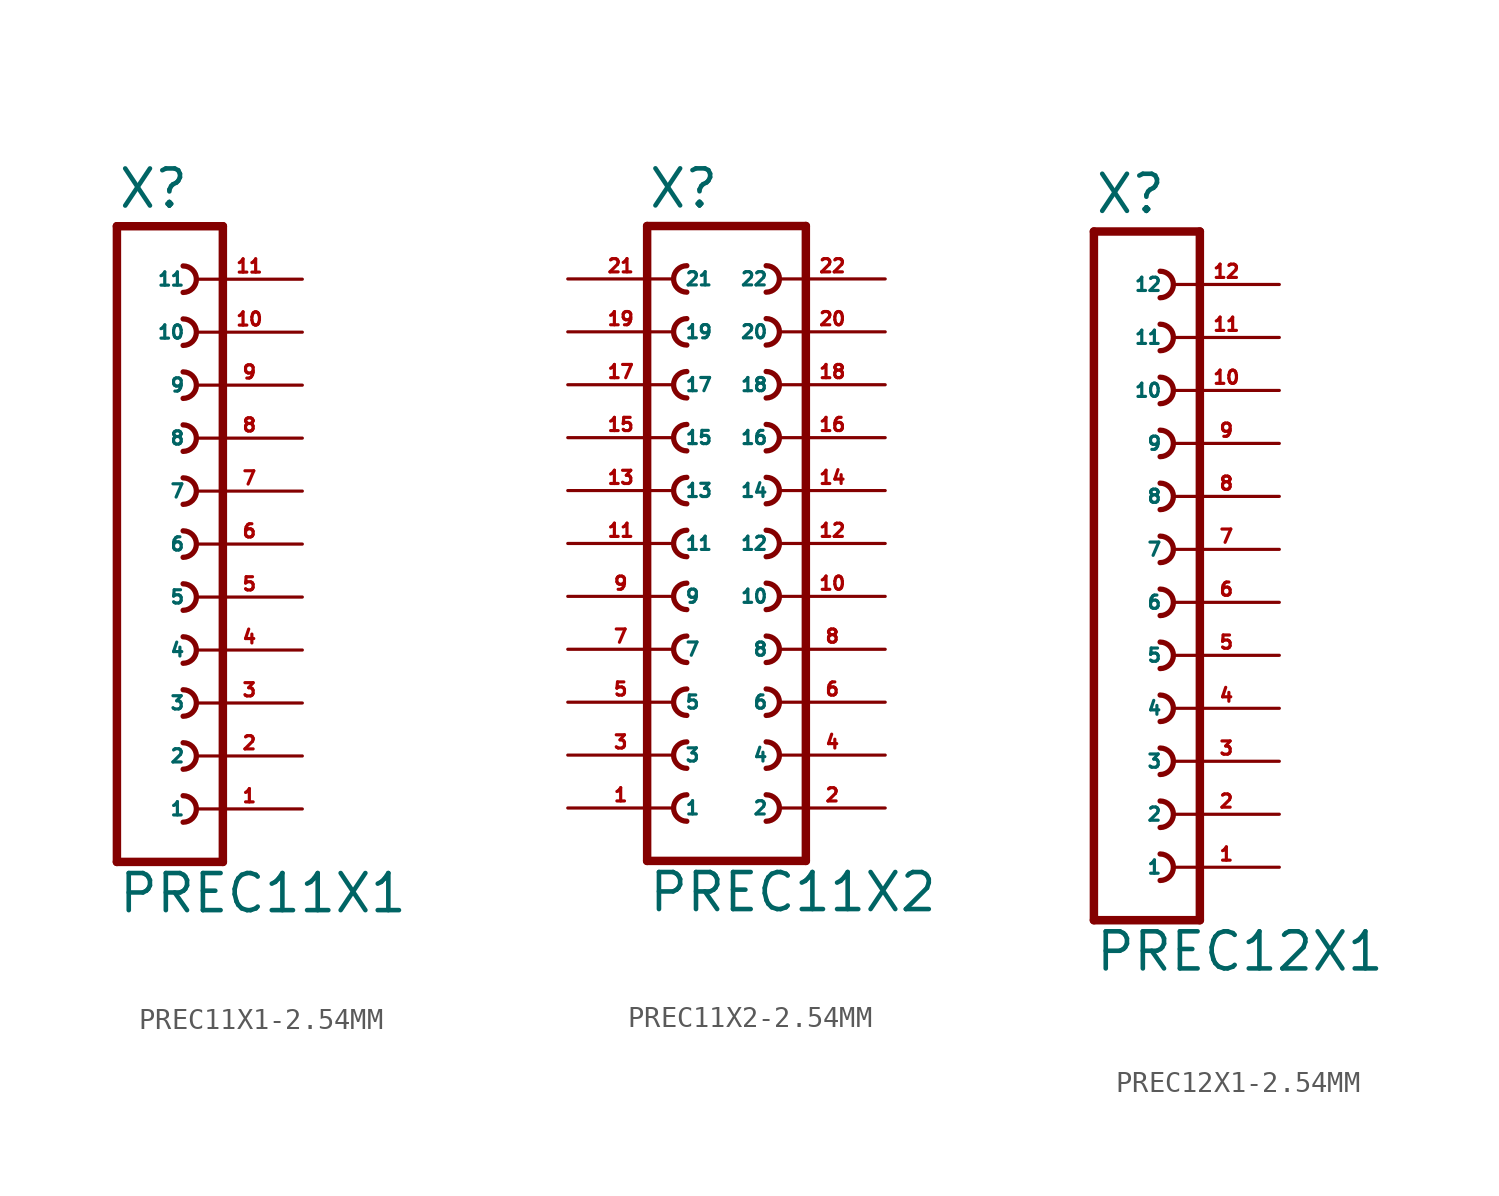
<source format=kicad_sym>
(kicad_symbol_lib
  (version 20220914)
  (generator Eagle2Kicad)
  (symbol "PREC11X1-2.54MM"
    (property "Reference" "X"
      (at -1.27 16.002 0)
      (effects (font (size 1.778 1.778) (thickness 0.22)) (justify left bottom)))
    (property "Value" "PREC11X1"
      (at -1.27 -17.78 0)
      (effects (font (size 1.778 1.778) (thickness 0.22)) (justify left bottom)))
    (polyline
      (pts (xy 3.81 -15.24) (xy -1.27 -15.24))
      (stroke (width 0.406) (type default))
      (fill (type none)))
    (arc
      (start 1.905 -10.795)
      (mid 2.540 -10.160)
      (end 1.905 -9.525)
      (stroke (width 0.254) (type default))
      (fill (type none)))
    (arc
      (start 1.905 -13.335)
      (mid 2.540 -12.700)
      (end 1.905 -12.065)
      (stroke (width 0.254) (type default))
      (fill (type none)))
    (arc
      (start 1.905 -5.715)
      (mid 2.540 -5.080)
      (end 1.905 -4.445)
      (stroke (width 0.254) (type default))
      (fill (type none)))
    (arc
      (start 1.905 -8.255)
      (mid 2.540 -7.620)
      (end 1.905 -6.985)
      (stroke (width 0.254) (type default))
      (fill (type none)))
    (arc
      (start 1.905 1.905)
      (mid 2.540 2.540)
      (end 1.905 3.175)
      (stroke (width 0.254) (type default))
      (fill (type none)))
    (arc
      (start 1.905 -0.635)
      (mid 2.540 0.000)
      (end 1.905 0.635)
      (stroke (width 0.254) (type default))
      (fill (type none)))
    (arc
      (start 1.905 -3.175)
      (mid 2.540 -2.540)
      (end 1.905 -1.905)
      (stroke (width 0.254) (type default))
      (fill (type none)))
    (arc
      (start 1.905 6.985)
      (mid 2.540 7.620)
      (end 1.905 8.255)
      (stroke (width 0.254) (type default))
      (fill (type none)))
    (arc
      (start 1.905 4.445)
      (mid 2.540 5.080)
      (end 1.905 5.715)
      (stroke (width 0.254) (type default))
      (fill (type none)))
    (arc
      (start 1.905 12.065)
      (mid 2.540 12.700)
      (end 1.905 13.335)
      (stroke (width 0.254) (type default))
      (fill (type none)))
    (arc
      (start 1.905 9.525)
      (mid 2.540 10.160)
      (end 1.905 10.795)
      (stroke (width 0.254) (type default))
      (fill (type none)))
    (polyline
      (pts (xy -1.27 15.24) (xy -1.27 -15.24))
      (stroke (width 0.406) (type default))
      (fill (type none)))
    (polyline
      (pts (xy 3.81 -15.24) (xy 3.81 15.24))
      (stroke (width 0.406) (type default))
      (fill (type none)))
    (polyline
      (pts (xy -1.27 15.24) (xy 3.81 15.24))
      (stroke (width 0.406) (type default))
      (fill (type none)))
    (pin passive line
      (at 7.62 -12.7 180)
      (length 5.08)
      (name "1" (effects (font (size 0.635 0.635) (thickness 0.08)) (justify left bottom)))
      (number "1" (effects (font (size 0.635 0.635) (thickness 0.08)) (justify left bottom))))
    (pin passive line
      (at 7.62 -10.16 180)
      (length 5.08)
      (name "2" (effects (font (size 0.635 0.635) (thickness 0.08)) (justify left bottom)))
      (number "2" (effects (font (size 0.635 0.635) (thickness 0.08)) (justify left bottom))))
    (pin passive line
      (at 7.62 -7.62 180)
      (length 5.08)
      (name "3" (effects (font (size 0.635 0.635) (thickness 0.08)) (justify left bottom)))
      (number "3" (effects (font (size 0.635 0.635) (thickness 0.08)) (justify left bottom))))
    (pin passive line
      (at 7.62 -5.08 180)
      (length 5.08)
      (name "4" (effects (font (size 0.635 0.635) (thickness 0.08)) (justify left bottom)))
      (number "4" (effects (font (size 0.635 0.635) (thickness 0.08)) (justify left bottom))))
    (pin passive line
      (at 7.62 -2.54 180)
      (length 5.08)
      (name "5" (effects (font (size 0.635 0.635) (thickness 0.08)) (justify left bottom)))
      (number "5" (effects (font (size 0.635 0.635) (thickness 0.08)) (justify left bottom))))
    (pin passive line
      (at 7.62 0 180)
      (length 5.08)
      (name "6" (effects (font (size 0.635 0.635) (thickness 0.08)) (justify left bottom)))
      (number "6" (effects (font (size 0.635 0.635) (thickness 0.08)) (justify left bottom))))
    (pin passive line
      (at 7.62 2.54 180)
      (length 5.08)
      (name "7" (effects (font (size 0.635 0.635) (thickness 0.08)) (justify left bottom)))
      (number "7" (effects (font (size 0.635 0.635) (thickness 0.08)) (justify left bottom))))
    (pin passive line
      (at 7.62 5.08 180)
      (length 5.08)
      (name "8" (effects (font (size 0.635 0.635) (thickness 0.08)) (justify left bottom)))
      (number "8" (effects (font (size 0.635 0.635) (thickness 0.08)) (justify left bottom))))
    (pin passive line
      (at 7.62 7.62 180)
      (length 5.08)
      (name "9" (effects (font (size 0.635 0.635) (thickness 0.08)) (justify left bottom)))
      (number "9" (effects (font (size 0.635 0.635) (thickness 0.08)) (justify left bottom))))
    (pin passive line
      (at 7.62 10.16 180)
      (length 5.08)
      (name "10" (effects (font (size 0.635 0.635) (thickness 0.08)) (justify left bottom)))
      (number "10" (effects (font (size 0.635 0.635) (thickness 0.08)) (justify left bottom))))
    (pin passive line
      (at 7.62 12.7 180)
      (length 5.08)
      (name "11" (effects (font (size 0.635 0.635) (thickness 0.08)) (justify left bottom)))
      (number "11" (effects (font (size 0.635 0.635) (thickness 0.08)) (justify left bottom)))))
  (symbol "PREC11X2-2.54MM"
    (property "Reference" "X"
      (at -3.81 16.002 0)
      (effects (font (size 1.778 1.778) (thickness 0.22)) (justify left bottom)))
    (property "Value" "PREC11X2"
      (at -3.81 -17.78 0)
      (effects (font (size 1.778 1.778) (thickness 0.22)) (justify left bottom)))
    (polyline
      (pts (xy 3.81 -15.24) (xy -3.81 -15.24))
      (stroke (width 0.406) (type default))
      (fill (type none)))
    (arc
      (start -1.905 -9.525)
      (mid -2.540 -10.160)
      (end -1.905 -10.795)
      (stroke (width 0.254) (type default))
      (fill (type none)))
    (arc
      (start -1.905 -12.065)
      (mid -2.540 -12.700)
      (end -1.905 -13.335)
      (stroke (width 0.254) (type default))
      (fill (type none)))
    (arc
      (start 1.905 -10.795)
      (mid 2.540 -10.160)
      (end 1.905 -9.525)
      (stroke (width 0.254) (type default))
      (fill (type none)))
    (arc
      (start 1.905 -13.335)
      (mid 2.540 -12.700)
      (end 1.905 -12.065)
      (stroke (width 0.254) (type default))
      (fill (type none)))
    (arc
      (start -1.905 -4.445)
      (mid -2.540 -5.080)
      (end -1.905 -5.715)
      (stroke (width 0.254) (type default))
      (fill (type none)))
    (arc
      (start -1.905 -6.985)
      (mid -2.540 -7.620)
      (end -1.905 -8.255)
      (stroke (width 0.254) (type default))
      (fill (type none)))
    (arc
      (start 1.905 -5.715)
      (mid 2.540 -5.080)
      (end 1.905 -4.445)
      (stroke (width 0.254) (type default))
      (fill (type none)))
    (arc
      (start 1.905 -8.255)
      (mid 2.540 -7.620)
      (end 1.905 -6.985)
      (stroke (width 0.254) (type default))
      (fill (type none)))
    (arc
      (start -1.905 3.175)
      (mid -2.540 2.540)
      (end -1.905 1.905)
      (stroke (width 0.254) (type default))
      (fill (type none)))
    (arc
      (start -1.905 0.635)
      (mid -2.540 0.000)
      (end -1.905 -0.635)
      (stroke (width 0.254) (type default))
      (fill (type none)))
    (arc
      (start -1.905 -1.905)
      (mid -2.540 -2.540)
      (end -1.905 -3.175)
      (stroke (width 0.254) (type default))
      (fill (type none)))
    (arc
      (start 1.905 1.905)
      (mid 2.540 2.540)
      (end 1.905 3.175)
      (stroke (width 0.254) (type default))
      (fill (type none)))
    (arc
      (start 1.905 -0.635)
      (mid 2.540 0.000)
      (end 1.905 0.635)
      (stroke (width 0.254) (type default))
      (fill (type none)))
    (arc
      (start 1.905 -3.175)
      (mid 2.540 -2.540)
      (end 1.905 -1.905)
      (stroke (width 0.254) (type default))
      (fill (type none)))
    (arc
      (start -1.905 8.255)
      (mid -2.540 7.620)
      (end -1.905 6.985)
      (stroke (width 0.254) (type default))
      (fill (type none)))
    (arc
      (start -1.905 5.715)
      (mid -2.540 5.080)
      (end -1.905 4.445)
      (stroke (width 0.254) (type default))
      (fill (type none)))
    (arc
      (start 1.905 6.985)
      (mid 2.540 7.620)
      (end 1.905 8.255)
      (stroke (width 0.254) (type default))
      (fill (type none)))
    (arc
      (start 1.905 4.445)
      (mid 2.540 5.080)
      (end 1.905 5.715)
      (stroke (width 0.254) (type default))
      (fill (type none)))
    (arc
      (start -1.905 13.335)
      (mid -2.540 12.700)
      (end -1.905 12.065)
      (stroke (width 0.254) (type default))
      (fill (type none)))
    (arc
      (start -1.905 10.795)
      (mid -2.540 10.160)
      (end -1.905 9.525)
      (stroke (width 0.254) (type default))
      (fill (type none)))
    (arc
      (start 1.905 12.065)
      (mid 2.540 12.700)
      (end 1.905 13.335)
      (stroke (width 0.254) (type default))
      (fill (type none)))
    (arc
      (start 1.905 9.525)
      (mid 2.540 10.160)
      (end 1.905 10.795)
      (stroke (width 0.254) (type default))
      (fill (type none)))
    (polyline
      (pts (xy -3.81 15.24) (xy -3.81 -15.24))
      (stroke (width 0.406) (type default))
      (fill (type none)))
    (polyline
      (pts (xy 3.81 -15.24) (xy 3.81 15.24))
      (stroke (width 0.406) (type default))
      (fill (type none)))
    (polyline
      (pts (xy -3.81 15.24) (xy 3.81 15.24))
      (stroke (width 0.406) (type default))
      (fill (type none)))
    (pin passive line
      (at -7.62 -12.7 0)
      (length 5.08)
      (name "1" (effects (font (size 0.635 0.635) (thickness 0.08)) (justify left bottom)))
      (number "1" (effects (font (size 0.635 0.635) (thickness 0.08)) (justify left bottom))))
    (pin passive line
      (at 7.62 -12.7 180)
      (length 5.08)
      (name "2" (effects (font (size 0.635 0.635) (thickness 0.08)) (justify left bottom)))
      (number "2" (effects (font (size 0.635 0.635) (thickness 0.08)) (justify left bottom))))
    (pin passive line
      (at -7.62 -10.16 0)
      (length 5.08)
      (name "3" (effects (font (size 0.635 0.635) (thickness 0.08)) (justify left bottom)))
      (number "3" (effects (font (size 0.635 0.635) (thickness 0.08)) (justify left bottom))))
    (pin passive line
      (at 7.62 -10.16 180)
      (length 5.08)
      (name "4" (effects (font (size 0.635 0.635) (thickness 0.08)) (justify left bottom)))
      (number "4" (effects (font (size 0.635 0.635) (thickness 0.08)) (justify left bottom))))
    (pin passive line
      (at -7.62 -7.62 0)
      (length 5.08)
      (name "5" (effects (font (size 0.635 0.635) (thickness 0.08)) (justify left bottom)))
      (number "5" (effects (font (size 0.635 0.635) (thickness 0.08)) (justify left bottom))))
    (pin passive line
      (at 7.62 -7.62 180)
      (length 5.08)
      (name "6" (effects (font (size 0.635 0.635) (thickness 0.08)) (justify left bottom)))
      (number "6" (effects (font (size 0.635 0.635) (thickness 0.08)) (justify left bottom))))
    (pin passive line
      (at -7.62 -5.08 0)
      (length 5.08)
      (name "7" (effects (font (size 0.635 0.635) (thickness 0.08)) (justify left bottom)))
      (number "7" (effects (font (size 0.635 0.635) (thickness 0.08)) (justify left bottom))))
    (pin passive line
      (at 7.62 -5.08 180)
      (length 5.08)
      (name "8" (effects (font (size 0.635 0.635) (thickness 0.08)) (justify left bottom)))
      (number "8" (effects (font (size 0.635 0.635) (thickness 0.08)) (justify left bottom))))
    (pin passive line
      (at -7.62 -2.54 0)
      (length 5.08)
      (name "9" (effects (font (size 0.635 0.635) (thickness 0.08)) (justify left bottom)))
      (number "9" (effects (font (size 0.635 0.635) (thickness 0.08)) (justify left bottom))))
    (pin passive line
      (at 7.62 -2.54 180)
      (length 5.08)
      (name "10" (effects (font (size 0.635 0.635) (thickness 0.08)) (justify left bottom)))
      (number "10" (effects (font (size 0.635 0.635) (thickness 0.08)) (justify left bottom))))
    (pin passive line
      (at -7.62 0 0)
      (length 5.08)
      (name "11" (effects (font (size 0.635 0.635) (thickness 0.08)) (justify left bottom)))
      (number "11" (effects (font (size 0.635 0.635) (thickness 0.08)) (justify left bottom))))
    (pin passive line
      (at 7.62 0 180)
      (length 5.08)
      (name "12" (effects (font (size 0.635 0.635) (thickness 0.08)) (justify left bottom)))
      (number "12" (effects (font (size 0.635 0.635) (thickness 0.08)) (justify left bottom))))
    (pin passive line
      (at -7.62 2.54 0)
      (length 5.08)
      (name "13" (effects (font (size 0.635 0.635) (thickness 0.08)) (justify left bottom)))
      (number "13" (effects (font (size 0.635 0.635) (thickness 0.08)) (justify left bottom))))
    (pin passive line
      (at 7.62 2.54 180)
      (length 5.08)
      (name "14" (effects (font (size 0.635 0.635) (thickness 0.08)) (justify left bottom)))
      (number "14" (effects (font (size 0.635 0.635) (thickness 0.08)) (justify left bottom))))
    (pin passive line
      (at -7.62 5.08 0)
      (length 5.08)
      (name "15" (effects (font (size 0.635 0.635) (thickness 0.08)) (justify left bottom)))
      (number "15" (effects (font (size 0.635 0.635) (thickness 0.08)) (justify left bottom))))
    (pin passive line
      (at 7.62 5.08 180)
      (length 5.08)
      (name "16" (effects (font (size 0.635 0.635) (thickness 0.08)) (justify left bottom)))
      (number "16" (effects (font (size 0.635 0.635) (thickness 0.08)) (justify left bottom))))
    (pin passive line
      (at -7.62 7.62 0)
      (length 5.08)
      (name "17" (effects (font (size 0.635 0.635) (thickness 0.08)) (justify left bottom)))
      (number "17" (effects (font (size 0.635 0.635) (thickness 0.08)) (justify left bottom))))
    (pin passive line
      (at 7.62 7.62 180)
      (length 5.08)
      (name "18" (effects (font (size 0.635 0.635) (thickness 0.08)) (justify left bottom)))
      (number "18" (effects (font (size 0.635 0.635) (thickness 0.08)) (justify left bottom))))
    (pin passive line
      (at -7.62 10.16 0)
      (length 5.08)
      (name "19" (effects (font (size 0.635 0.635) (thickness 0.08)) (justify left bottom)))
      (number "19" (effects (font (size 0.635 0.635) (thickness 0.08)) (justify left bottom))))
    (pin passive line
      (at 7.62 10.16 180)
      (length 5.08)
      (name "20" (effects (font (size 0.635 0.635) (thickness 0.08)) (justify left bottom)))
      (number "20" (effects (font (size 0.635 0.635) (thickness 0.08)) (justify left bottom))))
    (pin passive line
      (at -7.62 12.7 0)
      (length 5.08)
      (name "21" (effects (font (size 0.635 0.635) (thickness 0.08)) (justify left bottom)))
      (number "21" (effects (font (size 0.635 0.635) (thickness 0.08)) (justify left bottom))))
    (pin passive line
      (at 7.62 12.7 180)
      (length 5.08)
      (name "22" (effects (font (size 0.635 0.635) (thickness 0.08)) (justify left bottom)))
      (number "22" (effects (font (size 0.635 0.635) (thickness 0.08)) (justify left bottom)))))
  (symbol "PREC12X1-2.54MM"
    (property "Reference" "X"
      (at -1.27 18.542 0)
      (effects (font (size 1.778 1.778) (thickness 0.22)) (justify left bottom)))
    (property "Value" "PREC12X1"
      (at -1.27 -17.78 0)
      (effects (font (size 1.778 1.778) (thickness 0.22)) (justify left bottom)))
    (polyline
      (pts (xy 3.81 -15.24) (xy -1.27 -15.24))
      (stroke (width 0.406) (type default))
      (fill (type none)))
    (arc
      (start 1.905 -8.255)
      (mid 2.540 -7.620)
      (end 1.905 -6.985)
      (stroke (width 0.254) (type default))
      (fill (type none)))
    (arc
      (start 1.905 -10.795)
      (mid 2.540 -10.160)
      (end 1.905 -9.525)
      (stroke (width 0.254) (type default))
      (fill (type none)))
    (arc
      (start 1.905 -13.335)
      (mid 2.540 -12.700)
      (end 1.905 -12.065)
      (stroke (width 0.254) (type default))
      (fill (type none)))
    (arc
      (start 1.905 -3.175)
      (mid 2.540 -2.540)
      (end 1.905 -1.905)
      (stroke (width 0.254) (type default))
      (fill (type none)))
    (arc
      (start 1.905 -5.715)
      (mid 2.540 -5.080)
      (end 1.905 -4.445)
      (stroke (width 0.254) (type default))
      (fill (type none)))
    (arc
      (start 1.905 4.445)
      (mid 2.540 5.080)
      (end 1.905 5.715)
      (stroke (width 0.254) (type default))
      (fill (type none)))
    (arc
      (start 1.905 1.905)
      (mid 2.540 2.540)
      (end 1.905 3.175)
      (stroke (width 0.254) (type default))
      (fill (type none)))
    (arc
      (start 1.905 -0.635)
      (mid 2.540 0.000)
      (end 1.905 0.635)
      (stroke (width 0.254) (type default))
      (fill (type none)))
    (arc
      (start 1.905 9.525)
      (mid 2.540 10.160)
      (end 1.905 10.795)
      (stroke (width 0.254) (type default))
      (fill (type none)))
    (arc
      (start 1.905 6.985)
      (mid 2.540 7.620)
      (end 1.905 8.255)
      (stroke (width 0.254) (type default))
      (fill (type none)))
    (arc
      (start 1.905 14.605)
      (mid 2.540 15.240)
      (end 1.905 15.875)
      (stroke (width 0.254) (type default))
      (fill (type none)))
    (arc
      (start 1.905 12.065)
      (mid 2.540 12.700)
      (end 1.905 13.335)
      (stroke (width 0.254) (type default))
      (fill (type none)))
    (polyline
      (pts (xy -1.27 17.78) (xy -1.27 -15.24))
      (stroke (width 0.406) (type default))
      (fill (type none)))
    (polyline
      (pts (xy 3.81 -15.24) (xy 3.81 17.78))
      (stroke (width 0.406) (type default))
      (fill (type none)))
    (polyline
      (pts (xy -1.27 17.78) (xy 3.81 17.78))
      (stroke (width 0.406) (type default))
      (fill (type none)))
    (pin passive line
      (at 7.62 -12.7 180)
      (length 5.08)
      (name "1" (effects (font (size 0.635 0.635) (thickness 0.08)) (justify left bottom)))
      (number "1" (effects (font (size 0.635 0.635) (thickness 0.08)) (justify left bottom))))
    (pin passive line
      (at 7.62 -10.16 180)
      (length 5.08)
      (name "2" (effects (font (size 0.635 0.635) (thickness 0.08)) (justify left bottom)))
      (number "2" (effects (font (size 0.635 0.635) (thickness 0.08)) (justify left bottom))))
    (pin passive line
      (at 7.62 -7.62 180)
      (length 5.08)
      (name "3" (effects (font (size 0.635 0.635) (thickness 0.08)) (justify left bottom)))
      (number "3" (effects (font (size 0.635 0.635) (thickness 0.08)) (justify left bottom))))
    (pin passive line
      (at 7.62 -5.08 180)
      (length 5.08)
      (name "4" (effects (font (size 0.635 0.635) (thickness 0.08)) (justify left bottom)))
      (number "4" (effects (font (size 0.635 0.635) (thickness 0.08)) (justify left bottom))))
    (pin passive line
      (at 7.62 -2.54 180)
      (length 5.08)
      (name "5" (effects (font (size 0.635 0.635) (thickness 0.08)) (justify left bottom)))
      (number "5" (effects (font (size 0.635 0.635) (thickness 0.08)) (justify left bottom))))
    (pin passive line
      (at 7.62 0 180)
      (length 5.08)
      (name "6" (effects (font (size 0.635 0.635) (thickness 0.08)) (justify left bottom)))
      (number "6" (effects (font (size 0.635 0.635) (thickness 0.08)) (justify left bottom))))
    (pin passive line
      (at 7.62 2.54 180)
      (length 5.08)
      (name "7" (effects (font (size 0.635 0.635) (thickness 0.08)) (justify left bottom)))
      (number "7" (effects (font (size 0.635 0.635) (thickness 0.08)) (justify left bottom))))
    (pin passive line
      (at 7.62 5.08 180)
      (length 5.08)
      (name "8" (effects (font (size 0.635 0.635) (thickness 0.08)) (justify left bottom)))
      (number "8" (effects (font (size 0.635 0.635) (thickness 0.08)) (justify left bottom))))
    (pin passive line
      (at 7.62 7.62 180)
      (length 5.08)
      (name "9" (effects (font (size 0.635 0.635) (thickness 0.08)) (justify left bottom)))
      (number "9" (effects (font (size 0.635 0.635) (thickness 0.08)) (justify left bottom))))
    (pin passive line
      (at 7.62 10.16 180)
      (length 5.08)
      (name "10" (effects (font (size 0.635 0.635) (thickness 0.08)) (justify left bottom)))
      (number "10" (effects (font (size 0.635 0.635) (thickness 0.08)) (justify left bottom))))
    (pin passive line
      (at 7.62 12.7 180)
      (length 5.08)
      (name "11" (effects (font (size 0.635 0.635) (thickness 0.08)) (justify left bottom)))
      (number "11" (effects (font (size 0.635 0.635) (thickness 0.08)) (justify left bottom))))
    (pin passive line
      (at 7.62 15.24 180)
      (length 5.08)
      (name "12" (effects (font (size 0.635 0.635) (thickness 0.08)) (justify left bottom)))
      (number "12" (effects (font (size 0.635 0.635) (thickness 0.08)) (justify left bottom))))))
</source>
